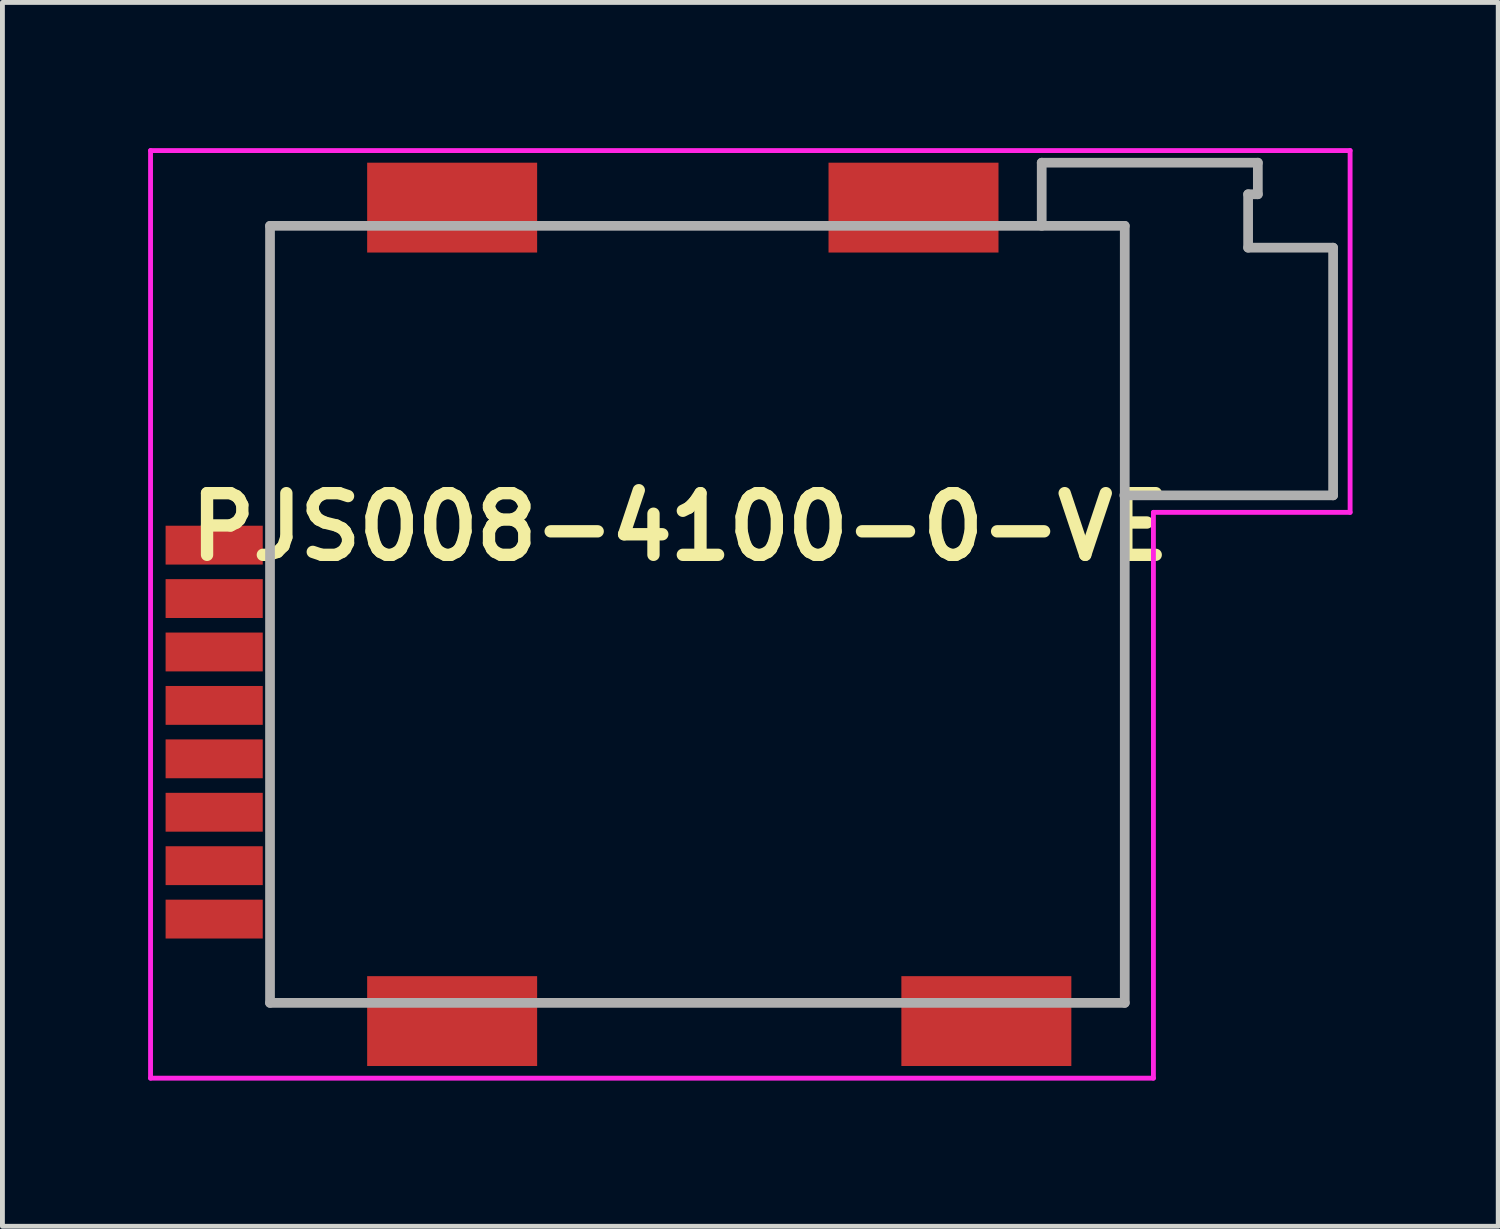
<source format=kicad_pcb>
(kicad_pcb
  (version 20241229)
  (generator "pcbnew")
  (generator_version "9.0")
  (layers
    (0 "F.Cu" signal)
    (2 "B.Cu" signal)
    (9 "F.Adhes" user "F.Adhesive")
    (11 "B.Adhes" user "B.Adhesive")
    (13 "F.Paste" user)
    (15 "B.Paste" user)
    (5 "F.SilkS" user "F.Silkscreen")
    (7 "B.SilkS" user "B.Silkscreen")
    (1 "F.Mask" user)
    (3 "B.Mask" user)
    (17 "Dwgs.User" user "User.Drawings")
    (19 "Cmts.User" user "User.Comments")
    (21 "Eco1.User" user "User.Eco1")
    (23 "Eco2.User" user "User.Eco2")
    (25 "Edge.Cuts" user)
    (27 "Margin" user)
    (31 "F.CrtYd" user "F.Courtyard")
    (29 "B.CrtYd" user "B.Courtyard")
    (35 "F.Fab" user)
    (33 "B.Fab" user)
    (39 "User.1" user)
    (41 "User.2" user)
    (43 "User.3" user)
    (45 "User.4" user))
  (footprint "PJS008-4100-0-VE"
    (layer "F.Cu")
    (at 9.95 9.6)
    (property "Reference" "PJS008-4100-0-VE" (at 1 -1.8 0) (layer "F.SilkS") (effects (font (size 1.27 1.27) (thickness 0.254))))
    (attr smd)
    (fp_line (start -7.44 -8) (end -7.44 -2.5) (stroke (width 0.1) (type solid)) (layer "F.SilkS"))
    (fp_line (start -7.44 7.5) (end -7.44 8) (stroke (width 0.1) (type solid)) (layer "F.SilkS"))
    (fp_line (start -7.44 8) (end -6 8) (stroke (width 0.1) (type solid)) (layer "F.SilkS"))
    (fp_line (start -6 -8) (end -7.44 -8) (stroke (width 0.1) (type solid)) (layer "F.SilkS"))
    (fp_line (start -1 8) (end 5 8) (stroke (width 0.1) (type solid)) (layer "F.SilkS"))
    (fp_line (start 3.5 -8) (end -1.5 -8) (stroke (width 0.1) (type solid)) (layer "F.SilkS"))
    (fp_line (start 10.16 -8) (end 8.45 -8) (stroke (width 0.1) (type solid)) (layer "F.SilkS"))
    (fp_line (start 10.16 8) (end 10.16 -8) (stroke (width 0.1) (type solid)) (layer "F.SilkS"))
    (fp_line (start -9.9 -9.55) (end 14.8 -9.55) (stroke (width 0.1) (type solid)) (layer "F.CrtYd"))
    (fp_line (start -9.9 9.55) (end -9.9 -9.55) (stroke (width 0.1) (type solid)) (layer "F.CrtYd"))
    (fp_line (start 10.75 -2.1) (end 10.75 9.55) (stroke (width 0.1) (type solid)) (layer "F.CrtYd"))
    (fp_line (start 10.75 -2.1) (end 14.8 -2.1) (stroke (width 0.1) (type solid)) (layer "F.CrtYd"))
    (fp_line (start 10.75 9.55) (end -9.9 9.55) (stroke (width 0.1) (type solid)) (layer "F.CrtYd"))
    (fp_line (start 14.8 -9.55) (end 14.8 -2.1) (stroke (width 0.1) (type solid)) (layer "F.CrtYd"))
    (fp_line (start -7.44 -8) (end -7.44 8) (stroke (width 0.2) (type solid)) (layer "F.Fab"))
    (fp_line (start -7.44 8) (end 10.16 8) (stroke (width 0.2) (type solid)) (layer "F.Fab"))
    (fp_line (start 8.45 -9.3) (end 8.45 -8) (stroke (width 0.2) (type solid)) (layer "F.Fab"))
    (fp_line (start 10.16 -8) (end -7.44 -8) (stroke (width 0.2) (type solid)) (layer "F.Fab"))
    (fp_line (start 10.16 8) (end 10.16 -8) (stroke (width 0.2) (type solid)) (layer "F.Fab"))
    (fp_line (start 12.7 -8.65) (end 12.7 -7.55) (stroke (width 0.2) (type solid)) (layer "F.Fab"))
    (fp_line (start 12.9 -9.3) (end 8.45 -9.3) (stroke (width 0.2) (type solid)) (layer "F.Fab"))
    (fp_line (start 12.9 -9.3) (end 12.9 -8.65) (stroke (width 0.2) (type solid)) (layer "F.Fab"))
    (fp_line (start 12.9 -8.65) (end 12.7 -8.65) (stroke (width 0.2) (type solid)) (layer "F.Fab"))
    (fp_line (start 14.45 -7.55) (end 12.7 -7.55) (stroke (width 0.2) (type solid)) (layer "F.Fab"))
    (fp_line (start 14.45 -7.55) (end 14.45 -2.45) (stroke (width 0.2) (type solid)) (layer "F.Fab"))
    (fp_line (start 14.45 -2.45) (end 10.15 -2.45) (stroke (width 0.2) (type solid)) (layer "F.Fab"))
    (pad "1" smd rect (at -8.59 -1.425 90) (size 0.8 2) (layers "F.Cu" "F.Mask" "F.Paste"))
    (pad "2" smd rect (at -8.59 -0.325 90) (size 0.8 2) (layers "F.Cu" "F.Mask" "F.Paste"))
    (pad "3" smd rect (at -8.59 0.775 90) (size 0.8 2) (layers "F.Cu" "F.Mask" "F.Paste"))
    (pad "4" smd rect (at -8.59 1.875 90) (size 0.8 2) (layers "F.Cu" "F.Mask" "F.Paste"))
    (pad "5" smd rect (at -8.59 2.975 90) (size 0.8 2) (layers "F.Cu" "F.Mask" "F.Paste"))
    (pad "6" smd rect (at -8.59 4.075 90) (size 0.8 2) (layers "F.Cu" "F.Mask" "F.Paste"))
    (pad "7" smd rect (at -8.59 5.175 90) (size 0.8 2) (layers "F.Cu" "F.Mask" "F.Paste"))
    (pad "8" smd rect (at -8.59 6.275 90) (size 0.8 2) (layers "F.Cu" "F.Mask" "F.Paste"))
    (pad "9" smd rect (at -3.69 -8.375 90) (size 1.85 3.5) (layers "F.Cu" "F.Mask" "F.Paste"))
    (pad "9" smd rect (at -3.69 8.375 90) (size 1.85 3.5) (layers "F.Cu" "F.Mask" "F.Paste"))
    (pad "9" smd rect (at 5.81 -8.375 90) (size 1.85 3.5) (layers "F.Cu" "F.Mask" "F.Paste"))
    (pad "9" smd rect (at 7.31 8.375 90) (size 1.85 3.5) (layers "F.Cu" "F.Mask" "F.Paste")))
  (gr_rect
    (start -3 -3)
    (end 27.8 22.2)
    (stroke (width 0.1) (type default))
    (fill no)
    (layer "Edge.Cuts")))
</source>
